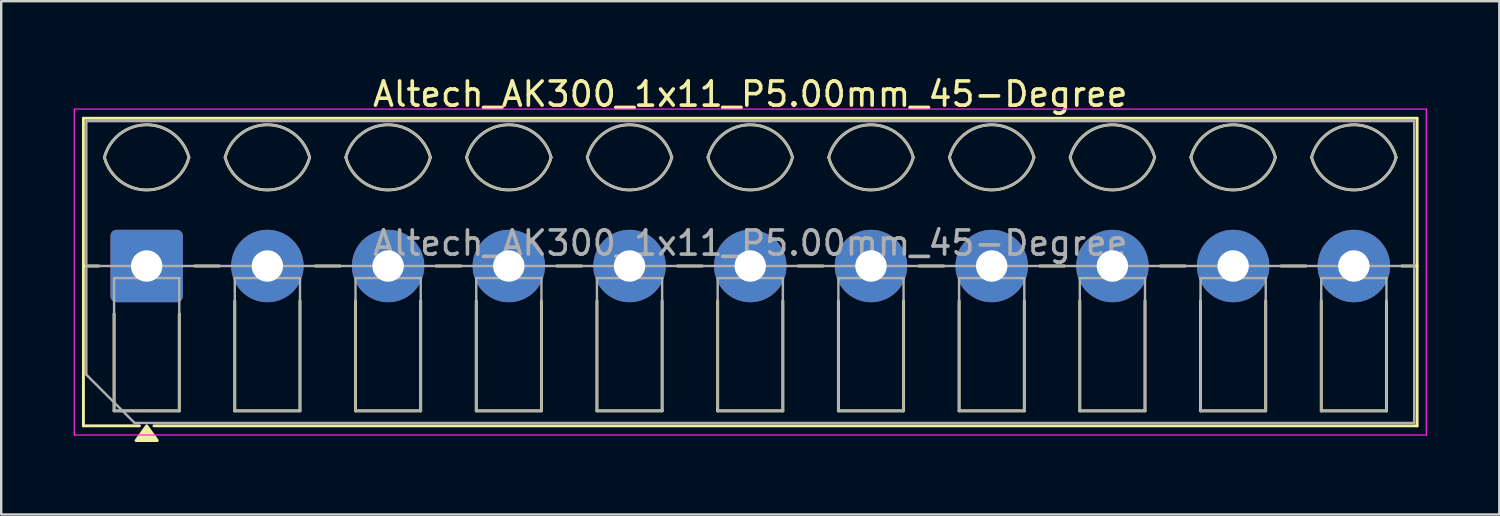
<source format=kicad_pcb>
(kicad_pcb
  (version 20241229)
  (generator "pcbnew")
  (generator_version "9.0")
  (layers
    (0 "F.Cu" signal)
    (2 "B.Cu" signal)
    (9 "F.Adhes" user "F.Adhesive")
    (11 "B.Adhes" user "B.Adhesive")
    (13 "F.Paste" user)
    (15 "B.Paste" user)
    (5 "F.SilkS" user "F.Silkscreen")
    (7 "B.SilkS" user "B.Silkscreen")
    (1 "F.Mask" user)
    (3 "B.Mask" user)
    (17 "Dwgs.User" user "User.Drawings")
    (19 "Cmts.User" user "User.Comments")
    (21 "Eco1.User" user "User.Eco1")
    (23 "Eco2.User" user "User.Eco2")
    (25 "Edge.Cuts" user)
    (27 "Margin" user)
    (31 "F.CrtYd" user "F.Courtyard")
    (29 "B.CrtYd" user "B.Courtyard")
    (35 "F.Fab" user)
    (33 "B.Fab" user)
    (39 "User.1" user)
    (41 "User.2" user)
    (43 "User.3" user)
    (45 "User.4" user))
  (footprint "Altech_AK300_1x11_P5.00mm_45-Degree"
    (layer "F.Cu")
    (at 3.025 7.968)
    (property "Reference" "Altech_AK300_1x11_P5.00mm_45-Degree" (at 25 -7.12 0) (layer "F.SilkS") (effects (font (size 1 1) (thickness 0.15))))
    (attr through_hole)
    (fp_line (start -2.62 -6.12) (end 52.62 -6.12) (stroke (width 0.12) (type solid)) (layer "F.SilkS"))
    (fp_line (start -2.62 0) (end -1.98 0) (stroke (width 0.12) (type solid)) (layer "F.SilkS"))
    (fp_line (start -2.62 6.62) (end -2.62 -6.12) (stroke (width 0.12) (type solid)) (layer "F.SilkS"))
    (fp_line (start -1.35 6) (end -1.35 1.98) (stroke (width 0.12) (type solid)) (layer "F.SilkS"))
    (fp_line (start -0.3 6.62) (end -2.62 6.62) (stroke (width 0.12) (type solid)) (layer "F.SilkS"))
    (fp_line (start 1.35 1.98) (end 1.35 6) (stroke (width 0.12) (type solid)) (layer "F.SilkS"))
    (fp_line (start 1.35 6) (end -1.35 6) (stroke (width 0.12) (type solid)) (layer "F.SilkS"))
    (fp_line (start 1.98 0) (end 3.02 0) (stroke (width 0.12) (type solid)) (layer "F.SilkS"))
    (fp_line (start 3.65 6) (end 3.65 1.448) (stroke (width 0.12) (type solid)) (layer "F.SilkS"))
    (fp_line (start 6.35 1.448) (end 6.35 6) (stroke (width 0.12) (type solid)) (layer "F.SilkS"))
    (fp_line (start 6.35 6) (end 3.65 6) (stroke (width 0.12) (type solid)) (layer "F.SilkS"))
    (fp_line (start 6.98 0) (end 8.02 0) (stroke (width 0.12) (type solid)) (layer "F.SilkS"))
    (fp_line (start 8.65 6) (end 8.65 1.448) (stroke (width 0.12) (type solid)) (layer "F.SilkS"))
    (fp_line (start 11.35 1.448) (end 11.35 6) (stroke (width 0.12) (type solid)) (layer "F.SilkS"))
    (fp_line (start 11.35 6) (end 8.65 6) (stroke (width 0.12) (type solid)) (layer "F.SilkS"))
    (fp_line (start 11.98 0) (end 13.02 0) (stroke (width 0.12) (type solid)) (layer "F.SilkS"))
    (fp_line (start 13.65 6) (end 13.65 1.448) (stroke (width 0.12) (type solid)) (layer "F.SilkS"))
    (fp_line (start 16.35 1.448) (end 16.35 6) (stroke (width 0.12) (type solid)) (layer "F.SilkS"))
    (fp_line (start 16.35 6) (end 13.65 6) (stroke (width 0.12) (type solid)) (layer "F.SilkS"))
    (fp_line (start 16.98 0) (end 18.02 0) (stroke (width 0.12) (type solid)) (layer "F.SilkS"))
    (fp_line (start 18.65 6) (end 18.65 1.448) (stroke (width 0.12) (type solid)) (layer "F.SilkS"))
    (fp_line (start 21.35 1.448) (end 21.35 6) (stroke (width 0.12) (type solid)) (layer "F.SilkS"))
    (fp_line (start 21.35 6) (end 18.65 6) (stroke (width 0.12) (type solid)) (layer "F.SilkS"))
    (fp_line (start 21.98 0) (end 23.02 0) (stroke (width 0.12) (type solid)) (layer "F.SilkS"))
    (fp_line (start 23.65 6) (end 23.65 1.448) (stroke (width 0.12) (type solid)) (layer "F.SilkS"))
    (fp_line (start 26.35 1.448) (end 26.35 6) (stroke (width 0.12) (type solid)) (layer "F.SilkS"))
    (fp_line (start 26.35 6) (end 23.65 6) (stroke (width 0.12) (type solid)) (layer "F.SilkS"))
    (fp_line (start 26.98 0) (end 28.02 0) (stroke (width 0.12) (type solid)) (layer "F.SilkS"))
    (fp_line (start 28.65 6) (end 28.65 1.448) (stroke (width 0.12) (type solid)) (layer "F.SilkS"))
    (fp_line (start 31.35 1.448) (end 31.35 6) (stroke (width 0.12) (type solid)) (layer "F.SilkS"))
    (fp_line (start 31.35 6) (end 28.65 6) (stroke (width 0.12) (type solid)) (layer "F.SilkS"))
    (fp_line (start 31.98 0) (end 33.02 0) (stroke (width 0.12) (type solid)) (layer "F.SilkS"))
    (fp_line (start 33.65 6) (end 33.65 1.448) (stroke (width 0.12) (type solid)) (layer "F.SilkS"))
    (fp_line (start 36.35 1.448) (end 36.35 6) (stroke (width 0.12) (type solid)) (layer "F.SilkS"))
    (fp_line (start 36.35 6) (end 33.65 6) (stroke (width 0.12) (type solid)) (layer "F.SilkS"))
    (fp_line (start 36.98 0) (end 38.02 0) (stroke (width 0.12) (type solid)) (layer "F.SilkS"))
    (fp_line (start 38.65 6) (end 38.65 1.448) (stroke (width 0.12) (type solid)) (layer "F.SilkS"))
    (fp_line (start 41.35 1.448) (end 41.35 6) (stroke (width 0.12) (type solid)) (layer "F.SilkS"))
    (fp_line (start 41.35 6) (end 38.65 6) (stroke (width 0.12) (type solid)) (layer "F.SilkS"))
    (fp_line (start 41.98 0) (end 43.02 0) (stroke (width 0.12) (type solid)) (layer "F.SilkS"))
    (fp_line (start 43.65 6) (end 43.65 1.448) (stroke (width 0.12) (type solid)) (layer "F.SilkS"))
    (fp_line (start 46.35 1.448) (end 46.35 6) (stroke (width 0.12) (type solid)) (layer "F.SilkS"))
    (fp_line (start 46.35 6) (end 43.65 6) (stroke (width 0.12) (type solid)) (layer "F.SilkS"))
    (fp_line (start 46.98 0) (end 48.02 0) (stroke (width 0.12) (type solid)) (layer "F.SilkS"))
    (fp_line (start 48.65 6) (end 48.65 1.448) (stroke (width 0.12) (type solid)) (layer "F.SilkS"))
    (fp_line (start 51.35 1.448) (end 51.35 6) (stroke (width 0.12) (type solid)) (layer "F.SilkS"))
    (fp_line (start 51.35 6) (end 48.65 6) (stroke (width 0.12) (type solid)) (layer "F.SilkS"))
    (fp_line (start 51.98 0) (end 52.62 0) (stroke (width 0.12) (type solid)) (layer "F.SilkS"))
    (fp_line (start 52.62 -6.12) (end 52.62 6.62) (stroke (width 0.12) (type solid)) (layer "F.SilkS"))
    (fp_line (start 52.62 6.62) (end 0.3 6.62) (stroke (width 0.12) (type solid)) (layer "F.SilkS"))
    (fp_arc (start -1.75 -4.5) (mid 0 -5.85) (end 1.75 -4.5) (stroke (width 0.12) (type solid)) (layer "F.SilkS"))
    (fp_arc (start 1.75 -4.5) (mid 0 -3.15) (end -1.75 -4.5) (stroke (width 0.12) (type solid)) (layer "F.SilkS"))
    (fp_arc (start 3.25 -4.5) (mid 5 -5.85) (end 6.75 -4.5) (stroke (width 0.12) (type solid)) (layer "F.SilkS"))
    (fp_arc (start 6.75 -4.5) (mid 5 -3.15) (end 3.25 -4.5) (stroke (width 0.12) (type solid)) (layer "F.SilkS"))
    (fp_arc (start 8.25 -4.5) (mid 10 -5.85) (end 11.75 -4.5) (stroke (width 0.12) (type solid)) (layer "F.SilkS"))
    (fp_arc (start 11.75 -4.5) (mid 10 -3.15) (end 8.25 -4.5) (stroke (width 0.12) (type solid)) (layer "F.SilkS"))
    (fp_arc (start 13.25 -4.5) (mid 15 -5.85) (end 16.75 -4.5) (stroke (width 0.12) (type solid)) (layer "F.SilkS"))
    (fp_arc (start 16.75 -4.5) (mid 15 -3.15) (end 13.25 -4.5) (stroke (width 0.12) (type solid)) (layer "F.SilkS"))
    (fp_arc (start 18.25 -4.5) (mid 20 -5.85) (end 21.75 -4.5) (stroke (width 0.12) (type solid)) (layer "F.SilkS"))
    (fp_arc (start 21.75 -4.5) (mid 20 -3.15) (end 18.25 -4.5) (stroke (width 0.12) (type solid)) (layer "F.SilkS"))
    (fp_arc (start 23.25 -4.5) (mid 25 -5.85) (end 26.75 -4.5) (stroke (width 0.12) (type solid)) (layer "F.SilkS"))
    (fp_arc (start 26.75 -4.5) (mid 25 -3.15) (end 23.25 -4.5) (stroke (width 0.12) (type solid)) (layer "F.SilkS"))
    (fp_arc (start 28.25 -4.5) (mid 30 -5.85) (end 31.75 -4.5) (stroke (width 0.12) (type solid)) (layer "F.SilkS"))
    (fp_arc (start 31.75 -4.5) (mid 30 -3.15) (end 28.25 -4.5) (stroke (width 0.12) (type solid)) (layer "F.SilkS"))
    (fp_arc (start 33.25 -4.5) (mid 35 -5.85) (end 36.75 -4.5) (stroke (width 0.12) (type solid)) (layer "F.SilkS"))
    (fp_arc (start 36.75 -4.5) (mid 35 -3.15) (end 33.25 -4.5) (stroke (width 0.12) (type solid)) (layer "F.SilkS"))
    (fp_arc (start 38.25 -4.5) (mid 40 -5.85) (end 41.75 -4.5) (stroke (width 0.12) (type solid)) (layer "F.SilkS"))
    (fp_arc (start 41.75 -4.5) (mid 40 -3.15) (end 38.25 -4.5) (stroke (width 0.12) (type solid)) (layer "F.SilkS"))
    (fp_arc (start 43.25 -4.5) (mid 45 -5.85) (end 46.75 -4.5) (stroke (width 0.12) (type solid)) (layer "F.SilkS"))
    (fp_arc (start 46.75 -4.5) (mid 45 -3.15) (end 43.25 -4.5) (stroke (width 0.12) (type solid)) (layer "F.SilkS"))
    (fp_arc (start 48.25 -4.5) (mid 50 -5.85) (end 51.75 -4.5) (stroke (width 0.12) (type solid)) (layer "F.SilkS"))
    (fp_arc (start 51.75 -4.5) (mid 50 -3.15) (end 48.25 -4.5) (stroke (width 0.12) (type solid)) (layer "F.SilkS"))
    (fp_poly (pts (xy 0 6.62) (xy 0.44 7.23) (xy -0.44 7.23)) (stroke (width 0.12) (type solid)) (fill yes) (layer "F.SilkS"))
    (fp_line (start -3 -6.5) (end -3 7) (stroke (width 0.05) (type solid)) (layer "F.CrtYd"))
    (fp_line (start -3 7) (end 53 7) (stroke (width 0.05) (type solid)) (layer "F.CrtYd"))
    (fp_line (start 53 -6.5) (end -3 -6.5) (stroke (width 0.05) (type solid)) (layer "F.CrtYd"))
    (fp_line (start 53 7) (end 53 -6.5) (stroke (width 0.05) (type solid)) (layer "F.CrtYd"))
    (fp_line (start -2.5 -6) (end 52.5 -6) (stroke (width 0.1) (type solid)) (layer "F.Fab"))
    (fp_line (start -2.5 0) (end 52.5 0) (stroke (width 0.1) (type solid)) (layer "F.Fab"))
    (fp_line (start -2.5 4.5) (end -2.5 -6) (stroke (width 0.1) (type solid)) (layer "F.Fab"))
    (fp_line (start -1.35 0.5) (end -1.35 6) (stroke (width 0.1) (type solid)) (layer "F.Fab"))
    (fp_line (start -1.35 6) (end 1.35 6) (stroke (width 0.1) (type solid)) (layer "F.Fab"))
    (fp_line (start -0.5 6.5) (end -2.5 4.5) (stroke (width 0.1) (type solid)) (layer "F.Fab"))
    (fp_line (start 1.35 0.5) (end -1.35 0.5) (stroke (width 0.1) (type solid)) (layer "F.Fab"))
    (fp_line (start 1.35 6) (end 1.35 0.5) (stroke (width 0.1) (type solid)) (layer "F.Fab"))
    (fp_line (start 3.65 0.5) (end 3.65 6) (stroke (width 0.1) (type solid)) (layer "F.Fab"))
    (fp_line (start 3.65 6) (end 6.35 6) (stroke (width 0.1) (type solid)) (layer "F.Fab"))
    (fp_line (start 6.35 0.5) (end 3.65 0.5) (stroke (width 0.1) (type solid)) (layer "F.Fab"))
    (fp_line (start 6.35 6) (end 6.35 0.5) (stroke (width 0.1) (type solid)) (layer "F.Fab"))
    (fp_line (start 8.65 0.5) (end 8.65 6) (stroke (width 0.1) (type solid)) (layer "F.Fab"))
    (fp_line (start 8.65 6) (end 11.351 6) (stroke (width 0.1) (type solid)) (layer "F.Fab"))
    (fp_line (start 11.351 0.5) (end 8.65 0.5) (stroke (width 0.1) (type solid)) (layer "F.Fab"))
    (fp_line (start 11.351 6) (end 11.351 0.5) (stroke (width 0.1) (type solid)) (layer "F.Fab"))
    (fp_line (start 13.65 0.5) (end 13.65 6) (stroke (width 0.1) (type solid)) (layer "F.Fab"))
    (fp_line (start 13.65 6) (end 16.351 6) (stroke (width 0.1) (type solid)) (layer "F.Fab"))
    (fp_line (start 16.351 0.5) (end 13.65 0.5) (stroke (width 0.1) (type solid)) (layer "F.Fab"))
    (fp_line (start 16.351 6) (end 16.351 0.5) (stroke (width 0.1) (type solid)) (layer "F.Fab"))
    (fp_line (start 18.65 0.5) (end 18.65 6) (stroke (width 0.1) (type solid)) (layer "F.Fab"))
    (fp_line (start 18.65 6) (end 21.35 6) (stroke (width 0.1) (type solid)) (layer "F.Fab"))
    (fp_line (start 21.35 0.5) (end 18.65 0.5) (stroke (width 0.1) (type solid)) (layer "F.Fab"))
    (fp_line (start 21.35 6) (end 21.35 0.5) (stroke (width 0.1) (type solid)) (layer "F.Fab"))
    (fp_line (start 23.65 0.5) (end 23.65 6) (stroke (width 0.1) (type solid)) (layer "F.Fab"))
    (fp_line (start 23.65 6) (end 26.35 6) (stroke (width 0.1) (type solid)) (layer "F.Fab"))
    (fp_line (start 26.35 0.5) (end 23.65 0.5) (stroke (width 0.1) (type solid)) (layer "F.Fab"))
    (fp_line (start 26.35 6) (end 26.35 0.5) (stroke (width 0.1) (type solid)) (layer "F.Fab"))
    (fp_line (start 28.65 0.5) (end 28.65 6) (stroke (width 0.1) (type solid)) (layer "F.Fab"))
    (fp_line (start 28.65 6) (end 31.35 6) (stroke (width 0.1) (type solid)) (layer "F.Fab"))
    (fp_line (start 31.35 0.5) (end 28.65 0.5) (stroke (width 0.1) (type solid)) (layer "F.Fab"))
    (fp_line (start 31.35 6) (end 31.35 0.5) (stroke (width 0.1) (type solid)) (layer "F.Fab"))
    (fp_line (start 33.65 0.5) (end 33.65 6) (stroke (width 0.1) (type solid)) (layer "F.Fab"))
    (fp_line (start 33.65 6) (end 36.35 6) (stroke (width 0.1) (type solid)) (layer "F.Fab"))
    (fp_line (start 36.35 0.5) (end 33.65 0.5) (stroke (width 0.1) (type solid)) (layer "F.Fab"))
    (fp_line (start 36.35 6) (end 36.35 0.5) (stroke (width 0.1) (type solid)) (layer "F.Fab"))
    (fp_line (start 38.65 0.5) (end 38.65 6) (stroke (width 0.1) (type solid)) (layer "F.Fab"))
    (fp_line (start 38.65 6) (end 41.35 6) (stroke (width 0.1) (type solid)) (layer "F.Fab"))
    (fp_line (start 41.35 0.5) (end 38.65 0.5) (stroke (width 0.1) (type solid)) (layer "F.Fab"))
    (fp_line (start 41.35 6) (end 41.35 0.5) (stroke (width 0.1) (type solid)) (layer "F.Fab"))
    (fp_line (start 43.65 0.5) (end 43.65 6) (stroke (width 0.1) (type solid)) (layer "F.Fab"))
    (fp_line (start 43.65 6) (end 46.35 6) (stroke (width 0.1) (type solid)) (layer "F.Fab"))
    (fp_line (start 46.35 0.5) (end 43.65 0.5) (stroke (width 0.1) (type solid)) (layer "F.Fab"))
    (fp_line (start 46.35 6) (end 46.35 0.5) (stroke (width 0.1) (type solid)) (layer "F.Fab"))
    (fp_line (start 48.65 0.5) (end 48.65 6) (stroke (width 0.1) (type solid)) (layer "F.Fab"))
    (fp_line (start 48.65 6) (end 51.35 6) (stroke (width 0.1) (type solid)) (layer "F.Fab"))
    (fp_line (start 51.35 0.5) (end 48.65 0.5) (stroke (width 0.1) (type solid)) (layer "F.Fab"))
    (fp_line (start 51.35 6) (end 51.35 0.5) (stroke (width 0.1) (type solid)) (layer "F.Fab"))
    (fp_line (start 52.5 -6) (end 52.5 6.5) (stroke (width 0.1) (type solid)) (layer "F.Fab"))
    (fp_line (start 52.5 6.5) (end -0.5 6.5) (stroke (width 0.1) (type solid)) (layer "F.Fab"))
    (fp_arc (start -1.75 -4.5) (mid 0 -5.85) (end 1.75 -4.5) (stroke (width 0.1) (type solid)) (layer "F.Fab"))
    (fp_arc (start 1.75 -4.5) (mid 0 -3.15) (end -1.75 -4.5) (stroke (width 0.1) (type solid)) (layer "F.Fab"))
    (fp_arc (start 3.25 -4.5) (mid 5 -5.85) (end 6.75 -4.5) (stroke (width 0.1) (type solid)) (layer "F.Fab"))
    (fp_arc (start 6.75 -4.5) (mid 5 -3.15) (end 3.25 -4.5) (stroke (width 0.1) (type solid)) (layer "F.Fab"))
    (fp_arc (start 8.25 -4.5) (mid 10 -5.85) (end 11.75 -4.5) (stroke (width 0.1) (type solid)) (layer "F.Fab"))
    (fp_arc (start 11.75 -4.5) (mid 10 -3.15) (end 8.25 -4.5) (stroke (width 0.1) (type solid)) (layer "F.Fab"))
    (fp_arc (start 13.25 -4.5) (mid 15 -5.85) (end 16.75 -4.5) (stroke (width 0.1) (type solid)) (layer "F.Fab"))
    (fp_arc (start 16.75 -4.5) (mid 15 -3.15) (end 13.25 -4.5) (stroke (width 0.1) (type solid)) (layer "F.Fab"))
    (fp_arc (start 18.25 -4.5) (mid 20 -5.85) (end 21.75 -4.5) (stroke (width 0.1) (type solid)) (layer "F.Fab"))
    (fp_arc (start 21.75 -4.5) (mid 20 -3.15) (end 18.25 -4.5) (stroke (width 0.1) (type solid)) (layer "F.Fab"))
    (fp_arc (start 23.25 -4.5) (mid 25 -5.85) (end 26.75 -4.5) (stroke (width 0.1) (type solid)) (layer "F.Fab"))
    (fp_arc (start 26.75 -4.5) (mid 25 -3.15) (end 23.25 -4.5) (stroke (width 0.1) (type solid)) (layer "F.Fab"))
    (fp_arc (start 28.25 -4.5) (mid 30 -5.85) (end 31.75 -4.5) (stroke (width 0.1) (type solid)) (layer "F.Fab"))
    (fp_arc (start 31.75 -4.5) (mid 30 -3.15) (end 28.25 -4.5) (stroke (width 0.1) (type solid)) (layer "F.Fab"))
    (fp_arc (start 33.25 -4.5) (mid 35 -5.85) (end 36.75 -4.5) (stroke (width 0.1) (type solid)) (layer "F.Fab"))
    (fp_arc (start 36.75 -4.5) (mid 35 -3.15) (end 33.25 -4.5) (stroke (width 0.1) (type solid)) (layer "F.Fab"))
    (fp_arc (start 38.25 -4.5) (mid 40 -5.85) (end 41.75 -4.5) (stroke (width 0.1) (type solid)) (layer "F.Fab"))
    (fp_arc (start 41.75 -4.5) (mid 40 -3.15) (end 38.25 -4.5) (stroke (width 0.1) (type solid)) (layer "F.Fab"))
    (fp_arc (start 43.25 -4.5) (mid 45 -5.85) (end 46.75 -4.5) (stroke (width 0.1) (type solid)) (layer "F.Fab"))
    (fp_arc (start 46.75 -4.5) (mid 45 -3.15) (end 43.25 -4.5) (stroke (width 0.1) (type solid)) (layer "F.Fab"))
    (fp_arc (start 48.25 -4.5) (mid 50 -5.85) (end 51.75 -4.5) (stroke (width 0.1) (type solid)) (layer "F.Fab"))
    (fp_arc (start 51.75 -4.5) (mid 50 -3.15) (end 48.25 -4.5) (stroke (width 0.1) (type solid)) (layer "F.Fab"))
    (fp_text user "${REFERENCE}" (at 25 -0.95 0) (layer "F.Fab") (effects (font (size 1 1) (thickness 0.15))))
    (pad "1" thru_hole roundrect (at 0 0) (size 3 3) (drill 1.3) (layers "*.Cu" "*.Mask") (roundrect_rratio 0.083))
    (pad "2" thru_hole circle (at 5 0) (size 3 3) (drill 1.3) (layers "*.Cu" "*.Mask"))
    (pad "3" thru_hole circle (at 10 0) (size 3 3) (drill 1.3) (layers "*.Cu" "*.Mask"))
    (pad "4" thru_hole circle (at 15 0) (size 3 3) (drill 1.3) (layers "*.Cu" "*.Mask"))
    (pad "5" thru_hole circle (at 20 0) (size 3 3) (drill 1.3) (layers "*.Cu" "*.Mask"))
    (pad "6" thru_hole circle (at 25 0) (size 3 3) (drill 1.3) (layers "*.Cu" "*.Mask"))
    (pad "7" thru_hole circle (at 30 0) (size 3 3) (drill 1.3) (layers "*.Cu" "*.Mask"))
    (pad "8" thru_hole circle (at 35 0) (size 3 3) (drill 1.3) (layers "*.Cu" "*.Mask"))
    (pad "9" thru_hole circle (at 40 0) (size 3 3) (drill 1.3) (layers "*.Cu" "*.Mask"))
    (pad "10" thru_hole circle (at 45 0) (size 3 3) (drill 1.3) (layers "*.Cu" "*.Mask"))
    (pad "11" thru_hole circle (at 50 0) (size 3 3) (drill 1.3) (layers "*.Cu" "*.Mask")))
  (gr_rect
    (start -3 -3)
    (end 59.05 18.258)
    (stroke (width 0.1) (type default))
    (fill no)
    (layer "Edge.Cuts")))
</source>
